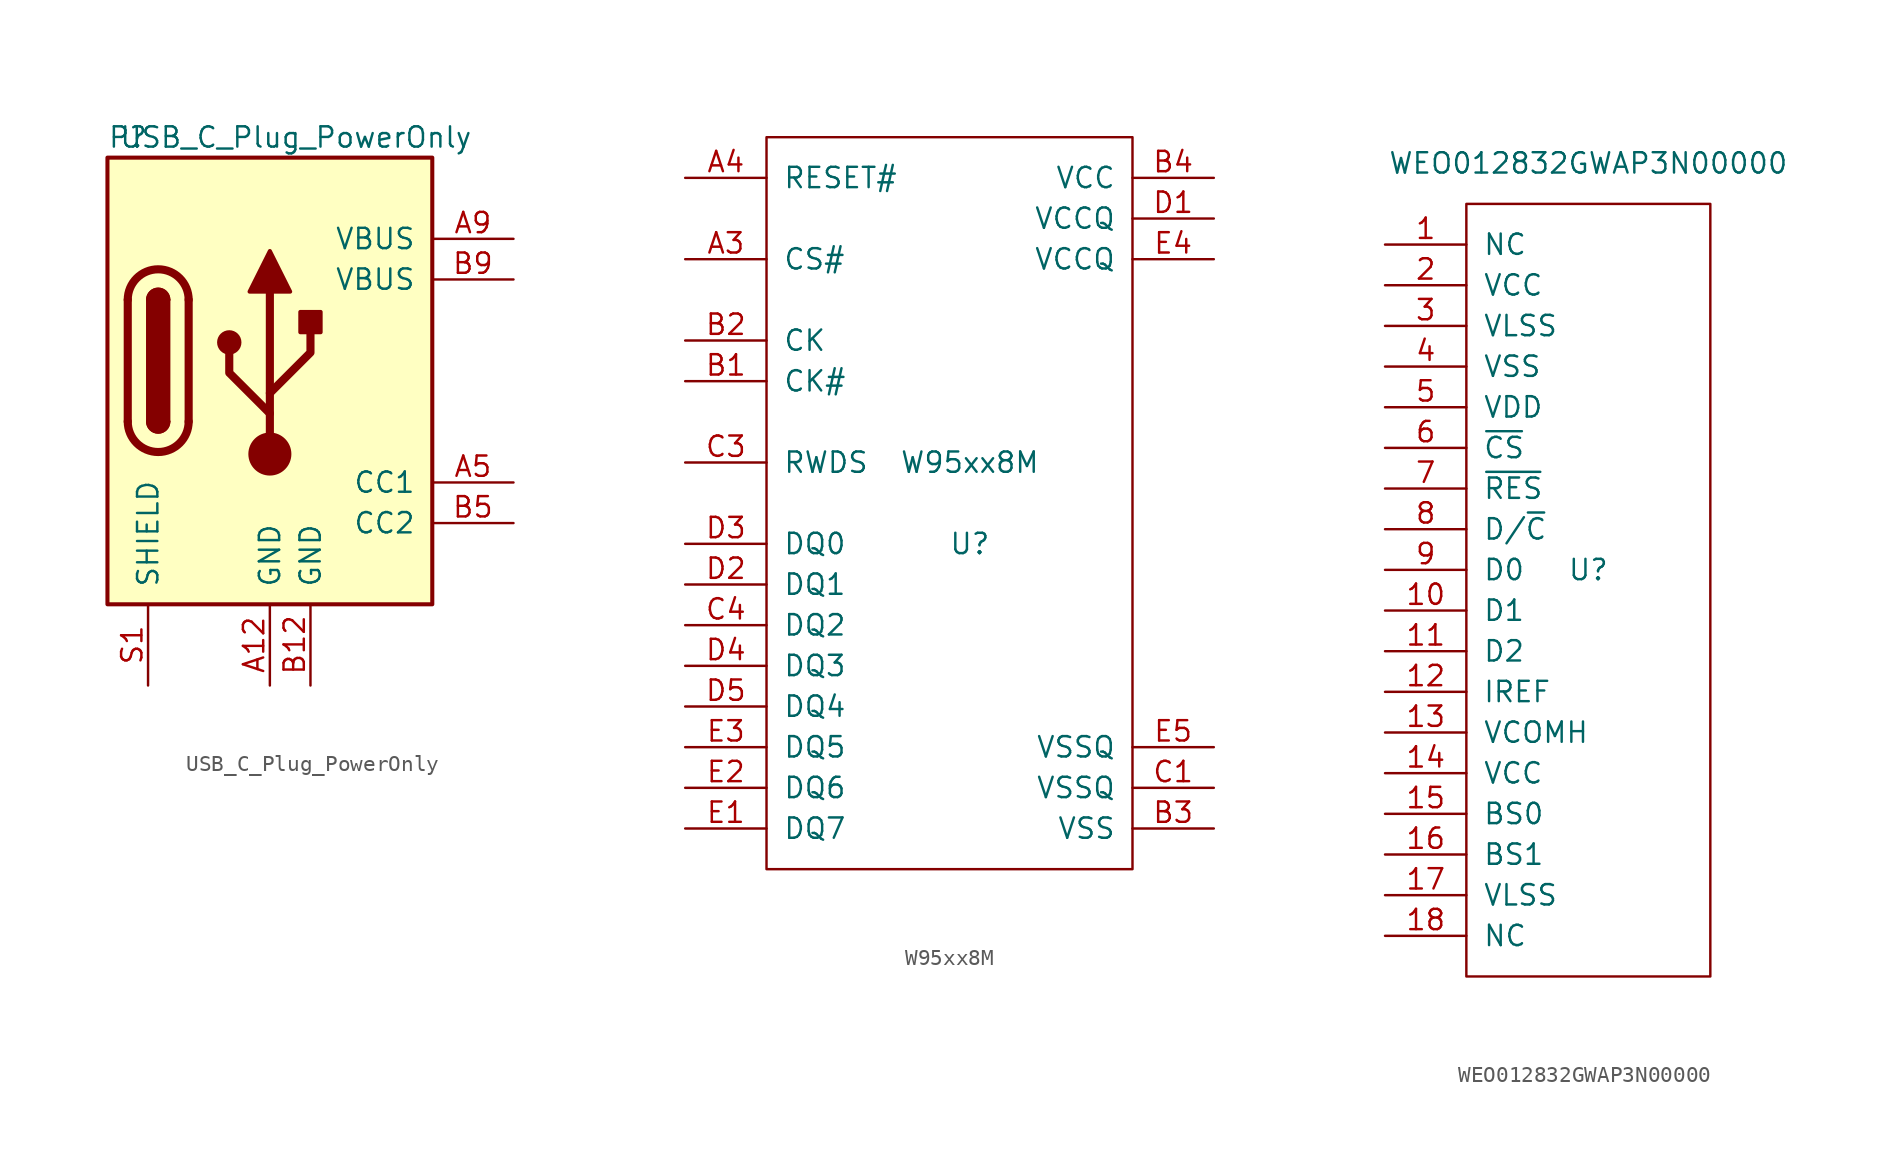
<source format=kicad_sym>
(kicad_symbol_lib
  (version 20220914)
  (generator kicad_symbol_editor)
  (symbol "USB_C_Plug_PowerOnly"
    (pin_names
      (offset 1.016))
    (property "Reference" "P"
      (at -10.16 13.97 0)
      (effects (font (size 1.27 1.27)) (justify left)))
    (property "Value" "USB_C_Plug_PowerOnly"
      (at 12.7 13.97 0)
      (effects (font (size 1.27 1.27)) (justify right)))
    (symbol "USB_C_Plug_PowerOnly_0_1"
      (rectangle (start -10.16 12.7) (end 10.16 -15.24) (stroke (width 0.254) (type solid)) (fill (type background)))
      (arc (start -8.89 -3.81) (mid -6.985 -5.7067) (end -5.08 -3.81) (stroke (width 0.508) (type solid)) (fill (type none)))
      (arc (start -7.62 -3.81) (mid -6.985 -4.4423) (end -6.35 -3.81) (stroke (width 0.254) (type solid)) (fill (type none)))
      (arc (start -7.62 -3.81) (mid -6.985 -4.4423) (end -6.35 -3.81) (stroke (width 0.254) (type solid)) (fill (type outline)))
      (rectangle (start -7.62 -3.81) (end -6.35 3.81) (stroke (width 0.254) (type solid)) (fill (type outline)))
      (arc (start -6.35 3.81) (mid -6.985 4.4423) (end -7.62 3.81) (stroke (width 0.254) (type solid)) (fill (type none)))
      (arc (start -6.35 3.81) (mid -6.985 4.4423) (end -7.62 3.81) (stroke (width 0.254) (type solid)) (fill (type outline)))
      (arc (start -5.08 3.81) (mid -6.985 5.7067) (end -8.89 3.81) (stroke (width 0.508) (type solid)) (fill (type none)))
      (circle (center -2.54 1.143) (radius 0.635) (stroke (width 0.254) (type solid)) (fill (type outline)))
      (circle (center 0 -5.842) (radius 1.27) (stroke (width 0) (type solid)) (fill (type outline)))
      (polyline (pts (xy -8.89 -3.81) (xy -8.89 3.81)) (stroke (width 0.508) (type solid)) (fill (type none)))
      (polyline (pts (xy -5.08 3.81) (xy -5.08 -3.81)) (stroke (width 0.508) (type solid)) (fill (type none)))
      (polyline (pts (xy 0 -5.842) (xy 0 4.318)) (stroke (width 0.508) (type solid)) (fill (type none)))
      (polyline (pts (xy 0 -3.302) (xy -2.54 -0.762) (xy -2.54 0.508)) (stroke (width 0.508) (type solid)) (fill (type none)))
      (polyline (pts (xy 0 -2.032) (xy 2.54 0.508) (xy 2.54 1.778)) (stroke (width 0.508) (type solid)) (fill (type none)))
      (polyline (pts (xy -1.27 4.318) (xy 0 6.858) (xy 1.27 4.318) (xy -1.27 4.318)) (stroke (width 0.254) (type solid)) (fill (type outline)))
      (rectangle (start 1.905 1.778) (end 3.175 3.048) (stroke (width 0.254) (type solid)) (fill (type outline))))
    (symbol "USB_C_Plug_PowerOnly_1_1"
      (pin power_out line (at 0 -20.32 90) (length 5.08) (name "GND" (effects (font (size 1.27 1.27)))) (number "A12" (effects (font (size 1.27 1.27)))))
      (pin bidirectional line (at 15.24 -7.62 180) (length 5.08) (name "CC1" (effects (font (size 1.27 1.27)))) (number "A5" (effects (font (size 1.27 1.27)))))
      (pin power_out line (at 15.24 7.62 180) (length 5.08) (name "VBUS" (effects (font (size 1.27 1.27)))) (number "A9" (effects (font (size 1.27 1.27)))))
      (pin power_out line (at 2.54 -20.32 90) (length 5.08) (name "GND" (effects (font (size 1.27 1.27)))) (number "B12" (effects (font (size 1.27 1.27)))))
      (pin bidirectional line (at 15.24 -10.16 180) (length 5.08) (name "CC2" (effects (font (size 1.27 1.27)))) (number "B5" (effects (font (size 1.27 1.27)))))
      (pin power_out line (at 15.24 5.08 180) (length 5.08) (name "VBUS" (effects (font (size 1.27 1.27)))) (number "B9" (effects (font (size 1.27 1.27)))))
      (pin passive line (at -7.62 -20.32 90) (length 5.08) (name "SHIELD" (effects (font (size 1.27 1.27)))) (number "S1" (effects (font (size 1.27 1.27)))))))
  (symbol "W95xx8M"
    (pin_names
      (offset 1.016))
    (property "Reference" "U"
      (at 0 -2.54 0)
      (effects (font (size 1.27 1.27))))
    (property "Value" "W95xx8M"
      (at 0 2.54 0)
      (effects (font (size 1.27 1.27))))
    (symbol "W95xx8M_0_1"
      (rectangle (start -12.7 22.86) (end 10.16 -22.86) (stroke (width 0) (type solid)) (fill (type none))))
    (symbol "W95xx8M_1_1"
      (pin input line (at -17.78 15.24 0) (length 5.08) (name "CS#" (effects (font (size 1.27 1.27)))) (number "A3" (effects (font (size 1.27 1.27)))))
      (pin input line (at -17.78 20.32 0) (length 5.08) (name "RESET#" (effects (font (size 1.27 1.27)))) (number "A4" (effects (font (size 1.27 1.27)))))
      (pin input line (at -17.78 7.62 0) (length 5.08) (name "CK#" (effects (font (size 1.27 1.27)))) (number "B1" (effects (font (size 1.27 1.27)))))
      (pin input line (at -17.78 10.16 0) (length 5.08) (name "CK" (effects (font (size 1.27 1.27)))) (number "B2" (effects (font (size 1.27 1.27)))))
      (pin power_in line (at 15.24 -20.32 180) (length 5.08) (name "VSS" (effects (font (size 1.27 1.27)))) (number "B3" (effects (font (size 1.27 1.27)))))
      (pin power_in line (at 15.24 20.32 180) (length 5.08) (name "VCC" (effects (font (size 1.27 1.27)))) (number "B4" (effects (font (size 1.27 1.27)))))
      (pin power_in line (at 15.24 -17.78 180) (length 5.08) (name "VSSQ" (effects (font (size 1.27 1.27)))) (number "C1" (effects (font (size 1.27 1.27)))))
      (pin input line (at -17.78 2.54 0) (length 5.08) (name "RWDS" (effects (font (size 1.27 1.27)))) (number "C3" (effects (font (size 1.27 1.27)))))
      (pin bidirectional line (at -17.78 -7.62 0) (length 5.08) (name "DQ2" (effects (font (size 1.27 1.27)))) (number "C4" (effects (font (size 1.27 1.27)))))
      (pin power_in line (at 15.24 17.78 180) (length 5.08) (name "VCCQ" (effects (font (size 1.27 1.27)))) (number "D1" (effects (font (size 1.27 1.27)))))
      (pin bidirectional line (at -17.78 -5.08 0) (length 5.08) (name "DQ1" (effects (font (size 1.27 1.27)))) (number "D2" (effects (font (size 1.27 1.27)))))
      (pin bidirectional line (at -17.78 -2.54 0) (length 5.08) (name "DQ0" (effects (font (size 1.27 1.27)))) (number "D3" (effects (font (size 1.27 1.27)))))
      (pin bidirectional line (at -17.78 -10.16 0) (length 5.08) (name "DQ3" (effects (font (size 1.27 1.27)))) (number "D4" (effects (font (size 1.27 1.27)))))
      (pin bidirectional line (at -17.78 -12.7 0) (length 5.08) (name "DQ4" (effects (font (size 1.27 1.27)))) (number "D5" (effects (font (size 1.27 1.27)))))
      (pin bidirectional line (at -17.78 -20.32 0) (length 5.08) (name "DQ7" (effects (font (size 1.27 1.27)))) (number "E1" (effects (font (size 1.27 1.27)))))
      (pin bidirectional line (at -17.78 -17.78 0) (length 5.08) (name "DQ6" (effects (font (size 1.27 1.27)))) (number "E2" (effects (font (size 1.27 1.27)))))
      (pin bidirectional line (at -17.78 -15.24 0) (length 5.08) (name "DQ5" (effects (font (size 1.27 1.27)))) (number "E3" (effects (font (size 1.27 1.27)))))
      (pin power_in line (at 15.24 15.24 180) (length 5.08) (name "VCCQ" (effects (font (size 1.27 1.27)))) (number "E4" (effects (font (size 1.27 1.27)))))
      (pin power_in line (at 15.24 -15.24 180) (length 5.08) (name "VSSQ" (effects (font (size 1.27 1.27)))) (number "E5" (effects (font (size 1.27 1.27)))))))
  (symbol "WEO012832GWAP3N00000"
    (pin_names
      (offset 1.016))
    (property "Reference" "U"
      (at 0 0 0)
      (effects (font (size 1.27 1.27))))
    (property "Value" "WEO012832GWAP3N00000"
      (at 0 25.4 0)
      (effects (font (size 1.27 1.27))))
    (symbol "WEO012832GWAP3N00000_0_1"
      (rectangle (start -7.62 22.86) (end 7.62 -25.4) (stroke (width 0) (type solid)) (fill (type none))))
    (symbol "WEO012832GWAP3N00000_1_1"
      (pin input line (at -12.7 20.32 0) (length 5.08) (name "NC" (effects (font (size 1.27 1.27)))) (number "1" (effects (font (size 1.27 1.27)))))
      (pin input line (at -12.7 -2.54 0) (length 5.08) (name "D1" (effects (font (size 1.27 1.27)))) (number "10" (effects (font (size 1.27 1.27)))))
      (pin input line (at -12.7 -5.08 0) (length 5.08) (name "D2" (effects (font (size 1.27 1.27)))) (number "11" (effects (font (size 1.27 1.27)))))
      (pin input line (at -12.7 -7.62 0) (length 5.08) (name "IREF" (effects (font (size 1.27 1.27)))) (number "12" (effects (font (size 1.27 1.27)))))
      (pin output line (at -12.7 -10.16 0) (length 5.08) (name "VCOMH" (effects (font (size 1.27 1.27)))) (number "13" (effects (font (size 1.27 1.27)))))
      (pin power_in line (at -12.7 -12.7 0) (length 5.08) (name "VCC" (effects (font (size 1.27 1.27)))) (number "14" (effects (font (size 1.27 1.27)))))
      (pin input line (at -12.7 -15.24 0) (length 5.08) (name "BS0" (effects (font (size 1.27 1.27)))) (number "15" (effects (font (size 1.27 1.27)))))
      (pin input line (at -12.7 -17.78 0) (length 5.08) (name "BS1" (effects (font (size 1.27 1.27)))) (number "16" (effects (font (size 1.27 1.27)))))
      (pin power_in line (at -12.7 -20.32 0) (length 5.08) (name "VLSS" (effects (font (size 1.27 1.27)))) (number "17" (effects (font (size 1.27 1.27)))))
      (pin input line (at -12.7 -22.86 0) (length 5.08) (name "NC" (effects (font (size 1.27 1.27)))) (number "18" (effects (font (size 1.27 1.27)))))
      (pin power_in line (at -12.7 17.78 0) (length 5.08) (name "VCC" (effects (font (size 1.27 1.27)))) (number "2" (effects (font (size 1.27 1.27)))))
      (pin power_in line (at -12.7 15.24 0) (length 5.08) (name "VLSS" (effects (font (size 1.27 1.27)))) (number "3" (effects (font (size 1.27 1.27)))))
      (pin power_in line (at -12.7 12.7 0) (length 5.08) (name "VSS" (effects (font (size 1.27 1.27)))) (number "4" (effects (font (size 1.27 1.27)))))
      (pin power_in line (at -12.7 10.16 0) (length 5.08) (name "VDD" (effects (font (size 1.27 1.27)))) (number "5" (effects (font (size 1.27 1.27)))))
      (pin input line (at -12.7 7.62 0) (length 5.08) (name "~{CS}" (effects (font (size 1.27 1.27)))) (number "6" (effects (font (size 1.27 1.27)))))
      (pin input line (at -12.7 5.08 0) (length 5.08) (name "~{RES}" (effects (font (size 1.27 1.27)))) (number "7" (effects (font (size 1.27 1.27)))))
      (pin input line (at -12.7 2.54 0) (length 5.08) (name "D/~{C}" (effects (font (size 1.27 1.27)))) (number "8" (effects (font (size 1.27 1.27)))))
      (pin input line (at -12.7 0 0) (length 5.08) (name "D0" (effects (font (size 1.27 1.27)))) (number "9" (effects (font (size 1.27 1.27))))))))
</source>
